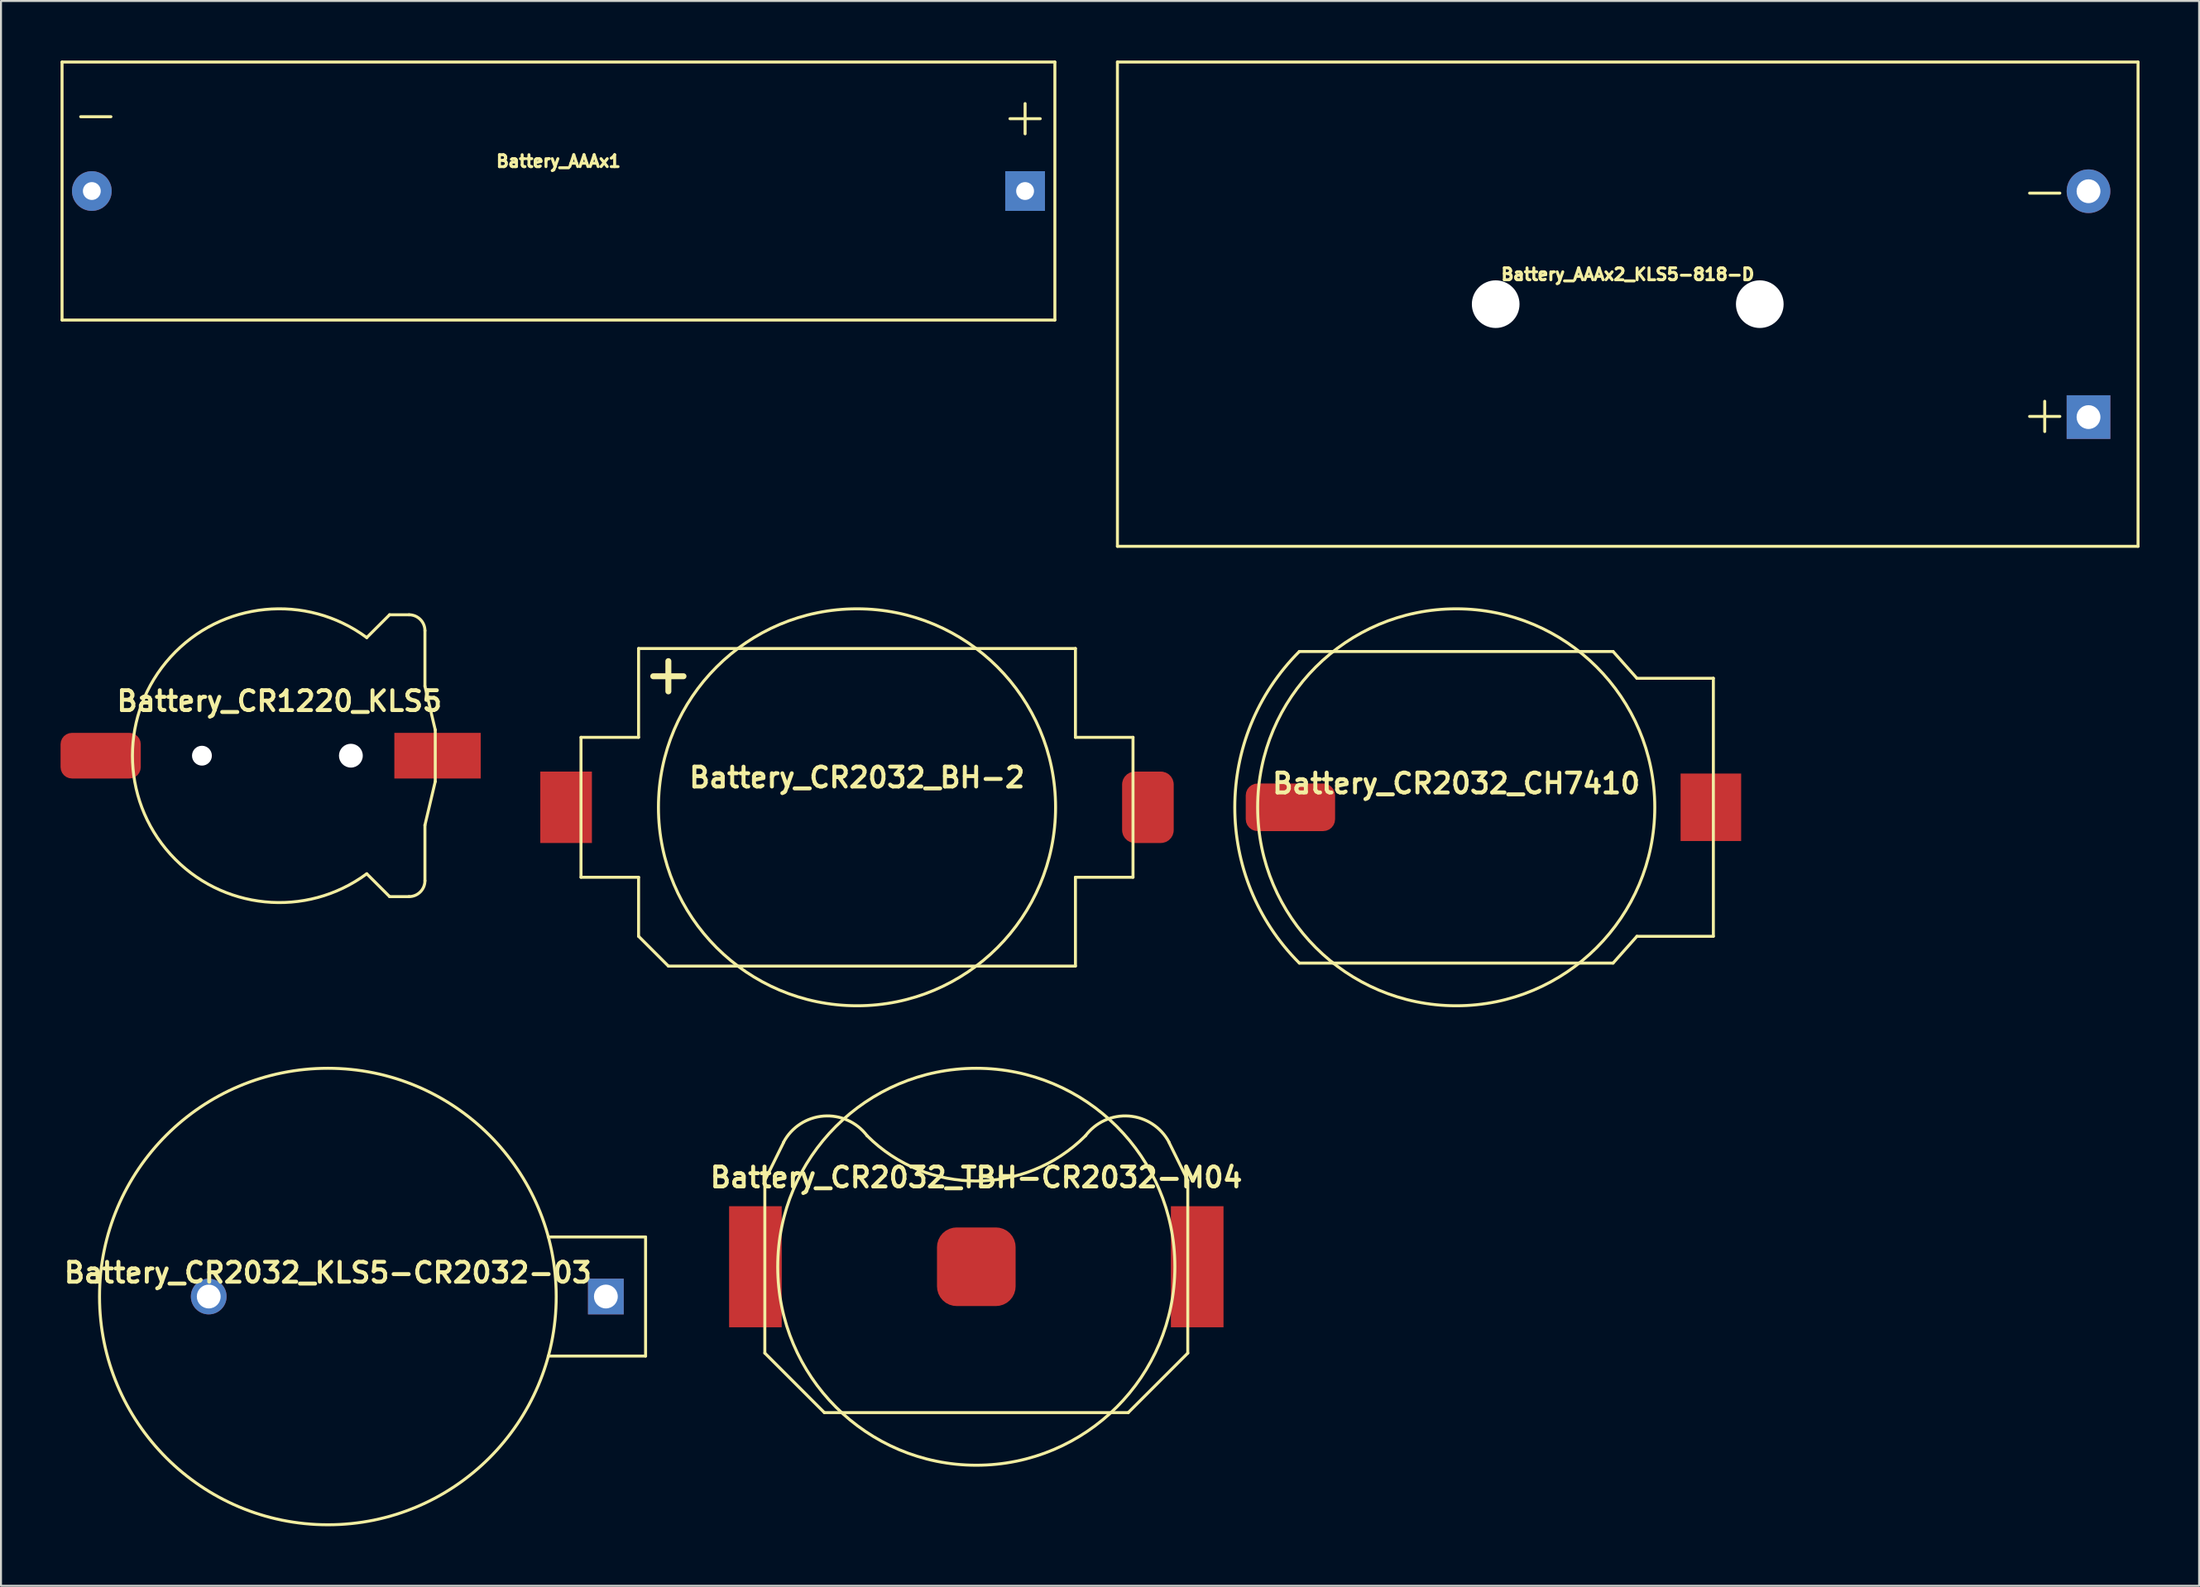
<source format=kicad_pcb>
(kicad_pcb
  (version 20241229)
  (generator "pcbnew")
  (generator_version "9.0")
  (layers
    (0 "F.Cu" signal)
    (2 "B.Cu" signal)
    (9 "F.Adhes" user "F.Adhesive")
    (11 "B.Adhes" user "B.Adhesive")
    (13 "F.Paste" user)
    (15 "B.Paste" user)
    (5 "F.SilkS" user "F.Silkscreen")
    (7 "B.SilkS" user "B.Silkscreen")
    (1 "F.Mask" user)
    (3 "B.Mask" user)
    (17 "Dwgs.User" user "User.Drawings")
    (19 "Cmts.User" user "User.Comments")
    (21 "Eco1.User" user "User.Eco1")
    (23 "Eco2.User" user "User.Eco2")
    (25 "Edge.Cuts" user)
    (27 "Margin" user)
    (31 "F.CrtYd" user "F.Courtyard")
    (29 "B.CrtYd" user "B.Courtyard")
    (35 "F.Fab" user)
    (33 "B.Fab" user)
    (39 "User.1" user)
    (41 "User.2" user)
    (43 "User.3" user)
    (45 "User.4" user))
  (footprint "Battery_AAAx2_KLS5-818-D"
    (layer "F.Cu")
    (at 78.925 12.275)
    (property "Reference" "Battery_AAAx2_KLS5-818-D" (at 0 -1.5 0) (unlocked yes) (layer "F.SilkS") (effects (font (size 0.6 0.6) (thickness 0.15))))
    (attr through_hole)
    (fp_line (start -25.7 -12.2) (end 25.7 -12.2) (stroke (width 0.15) (type solid)) (layer "F.SilkS"))
    (fp_line (start -25.7 12.2) (end -25.7 -12.2) (stroke (width 0.15) (type solid)) (layer "F.SilkS"))
    (fp_line (start 25.7 -12.2) (end 25.7 12.2) (stroke (width 0.15) (type solid)) (layer "F.SilkS"))
    (fp_line (start 25.7 12.2) (end -25.7 12.2) (stroke (width 0.15) (type solid)) (layer "F.SilkS"))
    (fp_text user "+" (at 21 5.5 0) (layer "F.SilkS") (effects (font (size 2 2) (thickness 0.15))))
    (fp_text user "-" (at 21 -5.75 0) (layer "F.SilkS") (effects (font (size 2 2) (thickness 0.15))))
    (pad "" np_thru_hole circle (at -6.65 0) (size 2.4 2.4) (drill 2.4) (layers "*.Cu" "*.Mask"))
    (pad "" np_thru_hole circle (at 6.65 0) (size 2.4 2.4) (drill 2.4) (layers "*.Cu" "*.Mask"))
    (pad "A" thru_hole rect (at 23.205 5.69) (size 2.2 2.2) (drill 1.2) (layers "*.Cu" "*.Mask"))
    (pad "C" thru_hole circle (at 23.205 -5.69) (size 2.2 2.2) (drill 1.2) (layers "*.Cu" "*.Mask")))
  (footprint "Battery_CR2032_BH-2"
    (layer "F.Cu")
    (at 40.11 37.625)
    (property "Reference" "Battery_CR2032_BH-2" (at 0 -1.5 0) (layer "F.SilkS") (effects (font (size 1 1) (thickness 0.2))))
    (attr smd)
    (fp_line (start -13.9 -3.525) (end -13.9 3.525) (stroke (width 0.15) (type solid)) (layer "F.SilkS"))
    (fp_line (start -13.9 -3.525) (end -11 -3.525) (stroke (width 0.15) (type solid)) (layer "F.SilkS"))
    (fp_line (start -13.9 3.525) (end -11 3.525) (stroke (width 0.15) (type solid)) (layer "F.SilkS"))
    (fp_line (start -11 -3.525) (end -11 -8) (stroke (width 0.15) (type solid)) (layer "F.SilkS"))
    (fp_line (start -11 3.525) (end -11 6.5) (stroke (width 0.15) (type solid)) (layer "F.SilkS"))
    (fp_line (start -9.5 8) (end -11 6.5) (stroke (width 0.15) (type solid)) (layer "F.SilkS"))
    (fp_line (start 11 -8) (end -11 -8) (stroke (width 0.15) (type solid)) (layer "F.SilkS"))
    (fp_line (start 11 -3.525) (end 11 -8) (stroke (width 0.15) (type solid)) (layer "F.SilkS"))
    (fp_line (start 11 3.525) (end 11 8) (stroke (width 0.15) (type solid)) (layer "F.SilkS"))
    (fp_line (start 11 8) (end -9.5 8) (stroke (width 0.15) (type solid)) (layer "F.SilkS"))
    (fp_line (start 13.9 -3.525) (end 11 -3.525) (stroke (width 0.15) (type solid)) (layer "F.SilkS"))
    (fp_line (start 13.9 -3.525) (end 13.9 3.525) (stroke (width 0.15) (type solid)) (layer "F.SilkS"))
    (fp_line (start 13.9 3.525) (end 11 3.525) (stroke (width 0.15) (type solid)) (layer "F.SilkS"))
    (fp_circle (center 0 0) (end 10 0) (stroke (width 0.15) (type solid)) (fill no) (layer "F.SilkS"))
    (fp_text user "+" (at -9.5 -6.75 0) (layer "F.SilkS") (effects (font (size 2 2) (thickness 0.3))))
    (pad "A" smd rect (at -14.65 0) (size 2.6 3.6) (layers "F.Cu" "F.Mask" "F.Paste"))
    (pad "C" smd roundrect (at 14.65 0) (size 2.6 3.6) (layers "F.Cu" "F.Mask" "F.Paste") (roundrect_rratio 0.25)))
  (footprint "Battery_CR1220_KLS5"
    (layer "F.Cu")
    (at 11.02 35.025)
    (property "Reference" "Battery_CR1220_KLS5" (at 0 -2.75 0) (layer "F.SilkS") (effects (font (size 1 1) (thickness 0.2))))
    (attr smd)
    (fp_line (start 4.4 -5.95) (end 5.55 -7.1) (stroke (width 0.15) (type solid)) (layer "F.SilkS"))
    (fp_line (start 4.4 5.95) (end 5.55 7.1) (stroke (width 0.15) (type solid)) (layer "F.SilkS"))
    (fp_line (start 5.55 -7.1) (end 6.53 -7.1) (stroke (width 0.15) (type solid)) (layer "F.SilkS"))
    (fp_line (start 5.55 7.1) (end 6.53 7.1) (stroke (width 0.15) (type solid)) (layer "F.SilkS"))
    (fp_line (start 7.33 -3.5) (end 7.33 -6.3) (stroke (width 0.15) (type solid)) (layer "F.SilkS"))
    (fp_line (start 7.33 3.5) (end 7.33 6.3) (stroke (width 0.15) (type solid)) (layer "F.SilkS"))
    (fp_line (start 7.33 3.5) (end 7.85 1.3) (stroke (width 0.15) (type solid)) (layer "F.SilkS"))
    (fp_line (start 7.85 -1.3) (end 7.33 -3.5) (stroke (width 0.15) (type solid)) (layer "F.SilkS"))
    (fp_line (start 7.85 1.3) (end 7.85 -1.3) (stroke (width 0.15) (type solid)) (layer "F.SilkS"))
    (fp_arc (start 4.4 5.95) (mid -7.400169 -0.002225) (end 4.403578 -5.947353) (stroke (width 0.15) (type solid)) (layer "F.SilkS"))
    (fp_arc (start 6.53 -7.1) (mid 7.095685 -6.865685) (end 7.33 -6.3) (stroke (width 0.15) (type solid)) (layer "F.SilkS"))
    (fp_arc (start 7.33 6.3) (mid 7.095685 6.865685) (end 6.53 7.1) (stroke (width 0.15) (type solid)) (layer "F.SilkS"))
    (pad "" np_thru_hole circle (at -3.9 0) (size 1 1) (drill 1) (layers "*.Cu" "*.Mask"))
    (pad "" np_thru_hole circle (at 3.6 0) (size 1.2 1.2) (drill 1.2) (layers "*.Cu" "*.Mask"))
    (pad "A" smd rect (at 7.965 0) (size 4.35 2.3) (layers "F.Cu" "F.Mask" "F.Paste"))
    (pad "C" smd roundrect (at -9 0) (size 4.04 2.3) (layers "F.Cu" "F.Mask" "F.Paste") (roundrect_rratio 0.25)))
  (footprint "Battery_CR2032_KLS5-CR2032-03"
    (layer "F.Cu")
    (at 13.462 62.275)
    (property "Reference" "Battery_CR2032_KLS5-CR2032-03" (at 0 -1.2 0) (layer "F.SilkS") (effects (font (size 1 1) (thickness 0.2))))
    (attr smd)
    (fp_line (start 16 -3) (end 11.1 -3) (stroke (width 0.15) (type solid)) (layer "F.SilkS"))
    (fp_line (start 16 -3) (end 16 3) (stroke (width 0.15) (type solid)) (layer "F.SilkS"))
    (fp_line (start 16 3) (end 11.1 3) (stroke (width 0.15) (type solid)) (layer "F.SilkS"))
    (fp_circle (center 0 0) (end 11.5 0) (stroke (width 0.15) (type solid)) (fill no) (layer "F.SilkS"))
    (pad "A" thru_hole rect (at 14 0) (size 1.8 1.8) (drill 1.2) (layers "*.Cu" "*.Mask"))
    (pad "C" thru_hole circle (at -6 0) (size 1.8 1.8) (drill 1.2) (layers "*.Cu" "*.Mask")))
  (footprint "Battery_CR2032_CH7410"
    (layer "F.Cu")
    (at 70.287 37.625)
    (property "Reference" "Battery_CR2032_CH7410" (at 0 -1.2 0) (layer "F.SilkS") (effects (font (size 1 1) (thickness 0.2))))
    (attr smd)
    (fp_line (start -7.9 -7.85) (end -6.2 -7.85) (stroke (width 0.15) (type solid)) (layer "F.SilkS"))
    (fp_line (start -7.9 7.85) (end -6.2 7.85) (stroke (width 0.15) (type solid)) (layer "F.SilkS"))
    (fp_line (start -6.2 -7.85) (end 7.9 -7.85) (stroke (width 0.15) (type solid)) (layer "F.SilkS"))
    (fp_line (start -6.2 7.85) (end 7.9 7.85) (stroke (width 0.15) (type solid)) (layer "F.SilkS"))
    (fp_line (start 9.1 -6.5) (end 7.9 -7.85) (stroke (width 0.15) (type solid)) (layer "F.SilkS"))
    (fp_line (start 9.1 6.5) (end 7.9 7.85) (stroke (width 0.15) (type solid)) (layer "F.SilkS"))
    (fp_line (start 12.95 -6.5) (end 9.1 -6.5) (stroke (width 0.15) (type solid)) (layer "F.SilkS"))
    (fp_line (start 12.95 -6.5) (end 12.95 6.5) (stroke (width 0.15) (type solid)) (layer "F.SilkS"))
    (fp_line (start 12.95 6.5) (end 9.1 6.5) (stroke (width 0.15) (type solid)) (layer "F.SilkS"))
    (fp_arc (start -7.9 7.85) (mid -11.151576 0) (end -7.9 -7.85) (stroke (width 0.15) (type solid)) (layer "F.SilkS"))
    (fp_circle (center 0 0) (end -10 0) (stroke (width 0.15) (type solid)) (fill no) (layer "F.SilkS"))
    (pad "A" smd rect (at 12.825 0) (size 3.05 3.4) (layers "F.Cu" "F.Mask" "F.Paste"))
    (pad "C" smd roundrect (at -8.35 0) (size 4.5 2.4) (layers "F.Cu" "F.Mask" "F.Paste") (roundrect_rratio 0.25)))
  (footprint "Battery_CR2032_TBH-CR2032-M04"
    (layer "F.Cu")
    (at 46.118 60.775)
    (property "Reference" "Battery_CR2032_TBH-CR2032-M04" (at 0 -4.5 0) (layer "F.SilkS") (effects (font (size 1 1) (thickness 0.2))))
    (attr smd)
    (fp_line (start -10.65 -4.35) (end -10.65 4.35) (stroke (width 0.15) (type solid)) (layer "F.SilkS"))
    (fp_line (start -10.65 -4.35) (end -9.7 -6.275) (stroke (width 0.15) (type solid)) (layer "F.SilkS"))
    (fp_line (start -10.65 4.35) (end -7.65 7.35) (stroke (width 0.15) (type solid)) (layer "F.SilkS"))
    (fp_line (start 7.65 7.35) (end -7.65 7.35) (stroke (width 0.15) (type solid)) (layer "F.SilkS"))
    (fp_line (start 10.65 -4.35) (end 9.7 -6.275) (stroke (width 0.15) (type solid)) (layer "F.SilkS"))
    (fp_line (start 10.65 -4.35) (end 10.65 4.35) (stroke (width 0.15) (type solid)) (layer "F.SilkS"))
    (fp_line (start 10.65 4.35) (end 7.65 7.35) (stroke (width 0.15) (type solid)) (layer "F.SilkS"))
    (fp_arc (start -9.704698 -6.278688) (mid -7.690488 -7.592732) (end -5.5 -6.6) (stroke (width 0.15) (type solid)) (layer "F.SilkS"))
    (fp_arc (start 5.5 -6.6) (mid 0 -4.321825) (end -5.5 -6.6) (stroke (width 0.15) (type solid)) (layer "F.SilkS"))
    (fp_arc (start 5.5 -6.6) (mid 7.690488 -7.592732) (end 9.704698 -6.278688) (stroke (width 0.15) (type solid)) (layer "F.SilkS"))
    (fp_circle (center 0 0) (end 10 0) (stroke (width 0.15) (type solid)) (fill no) (layer "F.SilkS"))
    (pad "A" smd rect (at -11.125 0) (size 2.65 6.1) (layers "F.Cu" "F.Mask" "F.Paste"))
    (pad "A" smd rect (at 11.125 0) (size 2.65 6.1) (layers "F.Cu" "F.Mask" "F.Paste"))
    (pad "C" smd roundrect (at 0 0) (size 3.96 3.96) (layers "F.Cu" "F.Mask" "F.Paste") (roundrect_rratio 0.25)))
  (footprint "Battery_AAAx1"
    (layer "F.Cu")
    (at 25.075 6.575)
    (property "Reference" "Battery_AAAx1" (at 0 -1.5 0) (unlocked yes) (layer "F.SilkS") (effects (font (size 0.6 0.6) (thickness 0.15))))
    (attr through_hole)
    (fp_line (start -25 -6.5) (end 25 -6.5) (stroke (width 0.15) (type solid)) (layer "F.SilkS"))
    (fp_line (start -25 6.5) (end -25 -6.5) (stroke (width 0.15) (type solid)) (layer "F.SilkS"))
    (fp_line (start 25 -6.5) (end 25 6.5) (stroke (width 0.15) (type solid)) (layer "F.SilkS"))
    (fp_line (start 25 6.5) (end -25 6.5) (stroke (width 0.15) (type solid)) (layer "F.SilkS"))
    (fp_text user "-" (at -23.3 -3.9 0) (layer "F.SilkS") (effects (font (size 2 2) (thickness 0.15))))
    (fp_text user "+" (at 23.5 -3.8 0) (layer "F.SilkS") (effects (font (size 2 2) (thickness 0.15))))
    (pad "A" thru_hole rect (at 23.5 0) (size 2 2) (drill 0.9) (layers "*.Cu" "*.Mask"))
    (pad "C" thru_hole circle (at -23.5 0) (size 2 2) (drill 0.9) (layers "*.Cu" "*.Mask")))
  (gr_rect
    (start -3 -3)
    (end 107.7 76.85)
    (stroke (width 0.1) (type default))
    (fill no)
    (layer "Edge.Cuts")))
</source>
